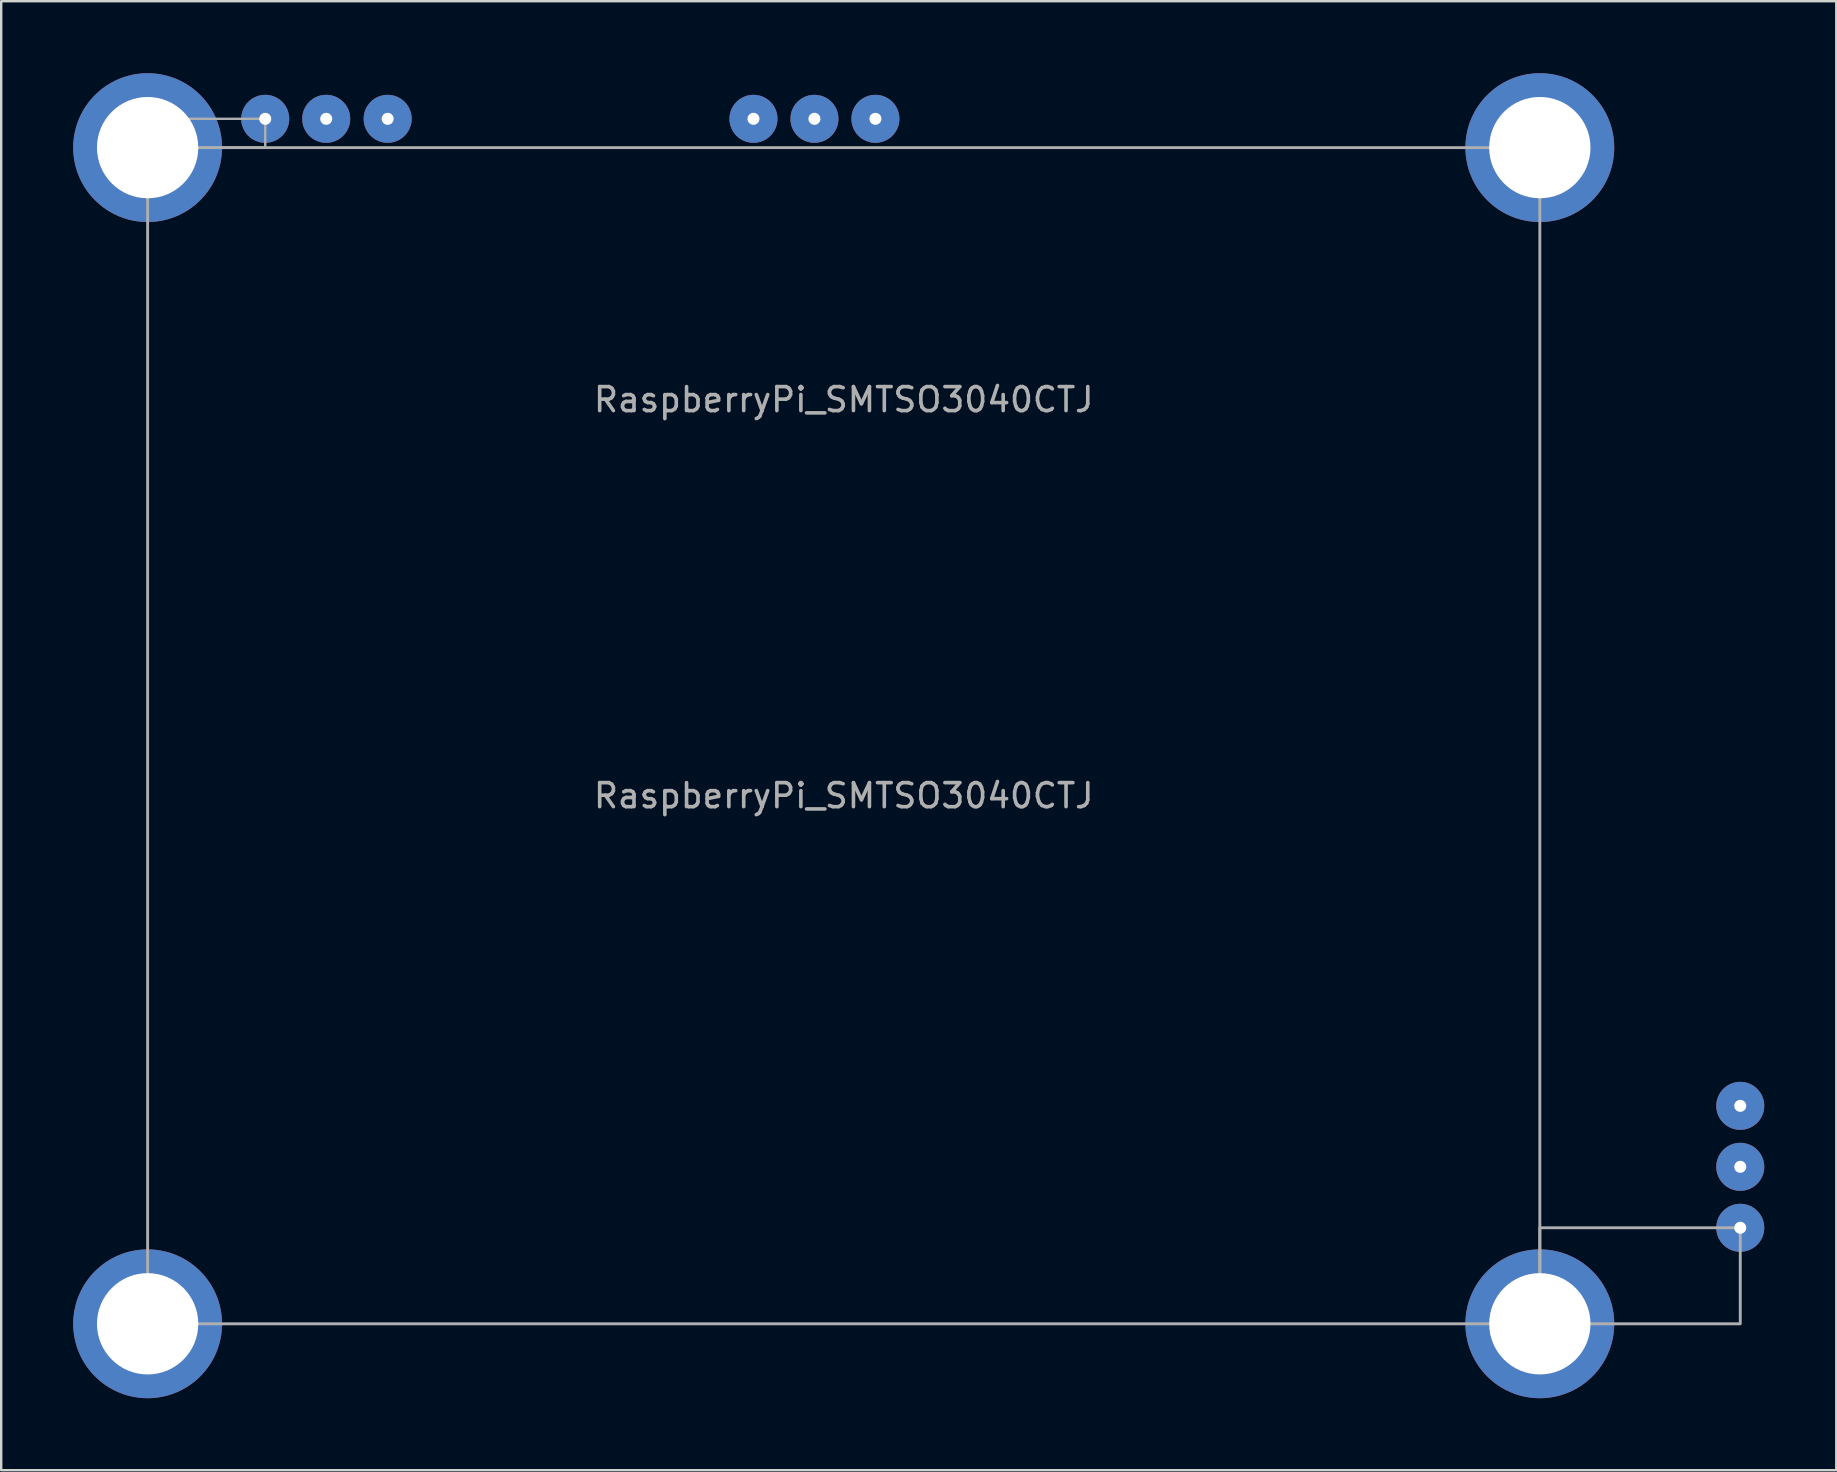
<source format=kicad_pcb>
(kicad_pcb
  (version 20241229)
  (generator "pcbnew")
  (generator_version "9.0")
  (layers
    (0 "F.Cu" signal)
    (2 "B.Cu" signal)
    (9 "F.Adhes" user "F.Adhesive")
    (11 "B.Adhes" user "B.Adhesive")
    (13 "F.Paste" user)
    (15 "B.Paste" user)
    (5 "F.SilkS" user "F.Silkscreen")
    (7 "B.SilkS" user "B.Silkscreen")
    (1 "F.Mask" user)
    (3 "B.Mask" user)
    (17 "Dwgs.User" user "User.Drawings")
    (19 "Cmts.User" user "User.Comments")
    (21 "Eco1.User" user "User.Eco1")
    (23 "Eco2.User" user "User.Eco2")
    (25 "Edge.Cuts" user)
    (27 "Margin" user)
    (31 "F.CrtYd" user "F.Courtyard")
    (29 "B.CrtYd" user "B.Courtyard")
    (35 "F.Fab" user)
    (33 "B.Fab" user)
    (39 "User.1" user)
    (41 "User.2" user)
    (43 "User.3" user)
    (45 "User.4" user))
  (footprint "RaspberryPi_SMTSO3040CTJ"
    (layer "F.Cu")
    (at 32.1 27.6)
    (property "Reference" "RaspberryPi_SMTSO3040CTJ" (at 0 -14 0) (unlocked yes) (layer "F.Fab") (effects (font (size 1 1) (thickness 0.15))))
    (attr through_hole board_only)
    (fp_rect (start -29 -24.5) (end -24.1 -25.7) (stroke (width 0.1) (type default)) (fill no) (layer "F.Fab"))
    (fp_rect (start -29 -24.5) (end 29 24.5) (stroke (width 0.12) (type default)) (fill no) (layer "F.Fab"))
    (fp_rect (start 29 24.5) (end 37.35 20.5) (stroke (width 0.12) (type default)) (fill no) (layer "F.Fab"))
    (fp_text user "${REFERENCE}" (at 0 2.5 0) (unlocked yes) (layer "F.Fab") (effects (font (size 1 1) (thickness 0.15))))
    (pad "0" thru_hole circle (at -29 -24.5) (size 6.2 6.2) (drill 4.22) (layers "*.Cu" "*.Mask"))
    (pad "0" thru_hole circle (at -29 24.5) (size 6.2 6.2) (drill 4.22) (layers "*.Cu" "*.Mask"))
    (pad "0" thru_hole circle (at 29 -24.5) (size 6.2 6.2) (drill 4.22) (layers "*.Cu" "*.Mask"))
    (pad "0" thru_hole circle (at 29 24.5) (size 6.2 6.2) (drill 4.22) (layers "*.Cu" "*.Mask"))
    (pad "1" thru_hole circle (at 37.35 20.5) (size 2 2) (drill 0.5) (layers "*.Cu" "*.Mask"))
    (pad "2" thru_hole circle (at 37.35 17.96) (size 2 2) (drill 0.5) (layers "*.Cu" "*.Mask"))
    (pad "3" thru_hole circle (at 37.35 15.42) (size 2 2) (drill 0.5) (layers "*.Cu" "*.Mask"))
    (pad "4" thru_hole circle (at -24.1 -25.7) (size 2 2) (drill 0.5) (layers "*.Cu" "*.Mask"))
    (pad "5" thru_hole circle (at -21.56 -25.7) (size 2 2) (drill 0.5) (layers "*.Cu" "*.Mask"))
    (pad "6" thru_hole circle (at -19 -25.7) (size 2 2) (drill 0.5) (layers "*.Cu" "*.Mask"))
    (pad "7" thru_hole circle (at -3.76 -25.7) (size 2 2) (drill 0.5) (layers "*.Cu" "*.Mask"))
    (pad "8" thru_hole circle (at -1.22 -25.7) (size 2 2) (drill 0.5) (layers "*.Cu" "*.Mask"))
    (pad "9" thru_hole circle (at 1.32 -25.7) (size 2 2) (drill 0.5) (layers "*.Cu" "*.Mask")))
  (gr_rect
    (start -3 -3)
    (end 73.45 58.2)
    (stroke (width 0.1) (type default))
    (fill no)
    (layer "Edge.Cuts")))
</source>
